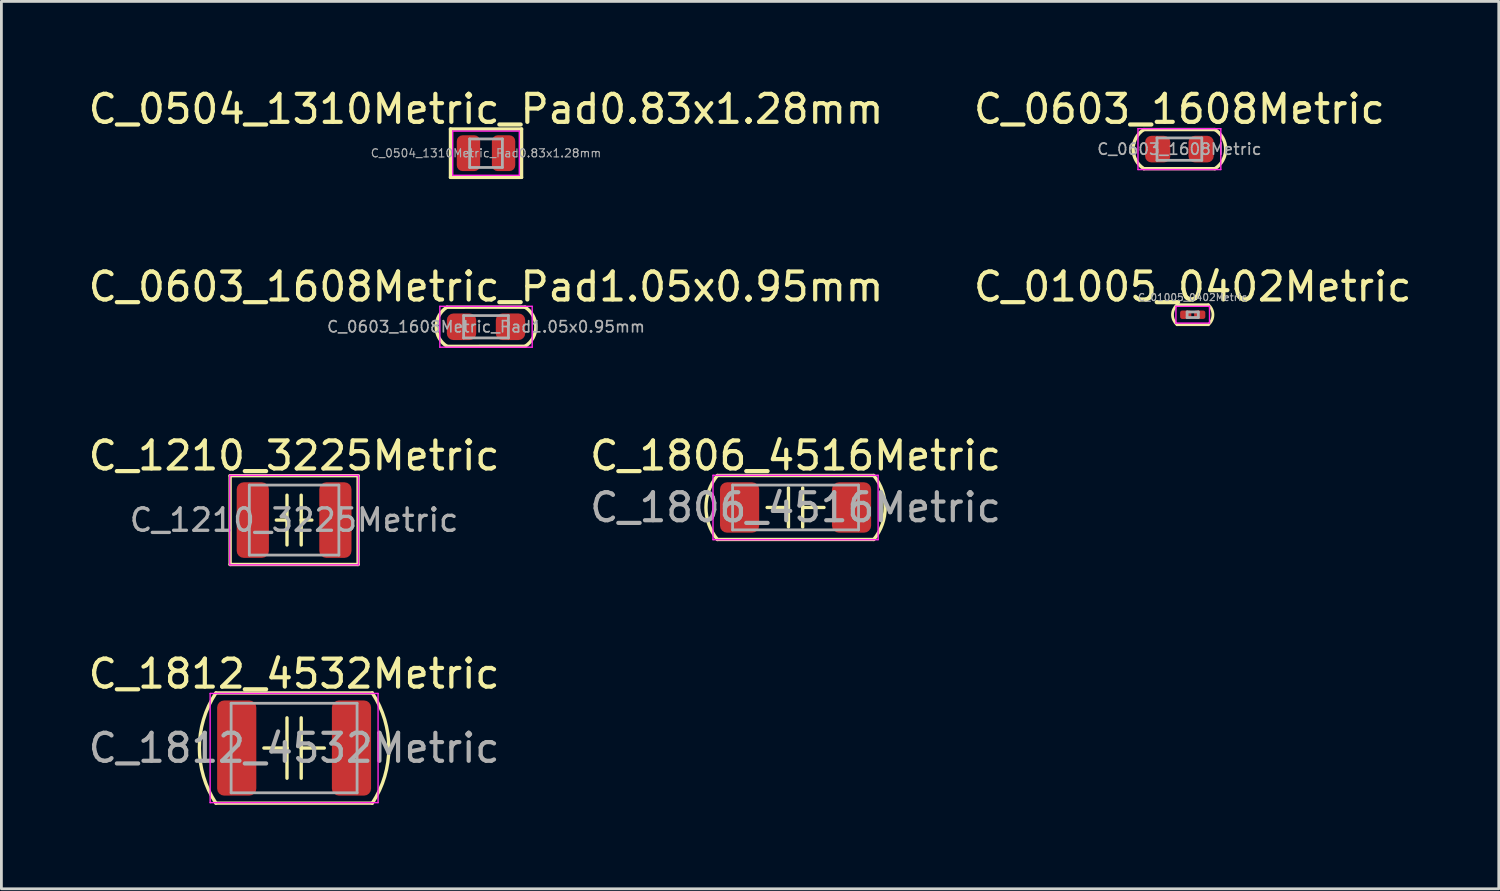
<source format=kicad_pcb>
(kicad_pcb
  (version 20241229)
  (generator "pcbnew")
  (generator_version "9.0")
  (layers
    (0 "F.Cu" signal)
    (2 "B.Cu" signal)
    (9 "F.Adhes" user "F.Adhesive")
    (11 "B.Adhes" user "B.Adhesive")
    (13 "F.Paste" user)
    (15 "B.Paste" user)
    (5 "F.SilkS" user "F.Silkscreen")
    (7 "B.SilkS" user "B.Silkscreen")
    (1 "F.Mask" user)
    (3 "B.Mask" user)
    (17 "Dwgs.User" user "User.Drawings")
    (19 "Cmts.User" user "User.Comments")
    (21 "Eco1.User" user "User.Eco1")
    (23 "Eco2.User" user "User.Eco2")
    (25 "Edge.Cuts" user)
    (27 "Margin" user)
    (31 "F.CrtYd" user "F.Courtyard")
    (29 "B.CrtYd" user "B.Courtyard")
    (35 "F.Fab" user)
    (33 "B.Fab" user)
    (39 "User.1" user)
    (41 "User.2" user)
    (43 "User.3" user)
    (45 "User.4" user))
  (footprint "C_1812_4532Metric"
    (layer "F.Cu")
    (at 7.458 23.677)
    (property "Reference" "C_1812_4532Metric" (at 0 -2.65 0) (layer "F.SilkS") (effects (font (size 1 1) (thickness 0.15))))
    (attr smd)
    (fp_line (start -2.794 1.968) (end 2.794 1.968) (stroke (width 0.12) (type solid)) (layer "F.SilkS"))
    (fp_line (start -0.254 -1.079) (end -0.254 0) (stroke (width 0.12) (type solid)) (layer "F.SilkS"))
    (fp_line (start -0.254 0) (end -1.079 0) (stroke (width 0.12) (type solid)) (layer "F.SilkS"))
    (fp_line (start -0.254 0) (end -0.254 1.079) (stroke (width 0.12) (type solid)) (layer "F.SilkS"))
    (fp_line (start 0.254 -1.079) (end 0.254 0) (stroke (width 0.12) (type solid)) (layer "F.SilkS"))
    (fp_line (start 0.254 0) (end 0.254 1.079) (stroke (width 0.12) (type solid)) (layer "F.SilkS"))
    (fp_line (start 0.254 0) (end 1.079 0) (stroke (width 0.12) (type solid)) (layer "F.SilkS"))
    (fp_line (start 2.794 -1.968) (end -2.794 -1.968) (stroke (width 0.12) (type solid)) (layer "F.SilkS"))
    (fp_arc (start -2.794001 1.968499) (mid -3.384725 -0.000001) (end -2.794 -1.9685) (stroke (width 0.12) (type solid)) (layer "F.SilkS"))
    (fp_arc (start 2.794001 -1.968499) (mid 3.384725 0.000001) (end 2.794 1.9685) (stroke (width 0.12) (type solid)) (layer "F.SilkS"))
    (fp_line (start -3 -1.95) (end 3 -1.95) (stroke (width 0.05) (type solid)) (layer "F.CrtYd"))
    (fp_line (start -3 1.95) (end -3 -1.95) (stroke (width 0.05) (type solid)) (layer "F.CrtYd"))
    (fp_line (start 3 -1.95) (end 3 1.95) (stroke (width 0.05) (type solid)) (layer "F.CrtYd"))
    (fp_line (start 3 1.95) (end -3 1.95) (stroke (width 0.05) (type solid)) (layer "F.CrtYd"))
    (fp_line (start -2.25 -1.6) (end 2.25 -1.6) (stroke (width 0.1) (type solid)) (layer "F.Fab"))
    (fp_line (start -2.25 1.6) (end -2.25 -1.6) (stroke (width 0.1) (type solid)) (layer "F.Fab"))
    (fp_line (start 2.25 -1.6) (end 2.25 1.6) (stroke (width 0.1) (type solid)) (layer "F.Fab"))
    (fp_line (start 2.25 1.6) (end -2.25 1.6) (stroke (width 0.1) (type solid)) (layer "F.Fab"))
    (fp_text user "${REFERENCE}" (at 0 0 0) (layer "F.Fab") (effects (font (size 1 1) (thickness 0.15))))
    (pad "1" smd roundrect (at -2.05 0) (size 1.4 3.4) (layers "F.Cu" "F.Mask" "F.Paste") (roundrect_rratio 0.179))
    (pad "2" smd roundrect (at 2.05 0) (size 1.4 3.4) (layers "F.Cu" "F.Mask" "F.Paste") (roundrect_rratio 0.179)))
  (footprint "C_1210_3225Metric"
    (layer "F.Cu")
    (at 7.458 15.532)
    (property "Reference" "C_1210_3225Metric" (at 0 -2.3 0) (layer "F.SilkS") (effects (font (size 1 1) (thickness 0.15))))
    (attr smd)
    (fp_line (start -2.286 -1.587) (end -2.286 1.587) (stroke (width 0.12) (type solid)) (layer "F.SilkS"))
    (fp_line (start -2.286 1.587) (end 2.286 1.587) (stroke (width 0.12) (type solid)) (layer "F.SilkS"))
    (fp_line (start -0.254 -0.889) (end -0.254 0) (stroke (width 0.12) (type solid)) (layer "F.SilkS"))
    (fp_line (start -0.254 0) (end -0.635 0) (stroke (width 0.12) (type solid)) (layer "F.SilkS"))
    (fp_line (start -0.254 0) (end -0.254 0.889) (stroke (width 0.12) (type solid)) (layer "F.SilkS"))
    (fp_line (start 0.254 -0.889) (end 0.254 0.889) (stroke (width 0.12) (type solid)) (layer "F.SilkS"))
    (fp_line (start 0.254 0) (end 0.635 0) (stroke (width 0.12) (type solid)) (layer "F.SilkS"))
    (fp_line (start 2.286 -1.587) (end -2.286 -1.587) (stroke (width 0.12) (type solid)) (layer "F.SilkS"))
    (fp_line (start 2.286 1.587) (end 2.286 -1.587) (stroke (width 0.12) (type solid)) (layer "F.SilkS"))
    (fp_line (start -2.3 -1.6) (end 2.3 -1.6) (stroke (width 0.05) (type solid)) (layer "F.CrtYd"))
    (fp_line (start -2.3 1.6) (end -2.3 -1.6) (stroke (width 0.05) (type solid)) (layer "F.CrtYd"))
    (fp_line (start 2.3 -1.6) (end 2.3 1.6) (stroke (width 0.05) (type solid)) (layer "F.CrtYd"))
    (fp_line (start 2.3 1.6) (end -2.3 1.6) (stroke (width 0.05) (type solid)) (layer "F.CrtYd"))
    (fp_line (start -1.6 -1.25) (end 1.6 -1.25) (stroke (width 0.1) (type solid)) (layer "F.Fab"))
    (fp_line (start -1.6 1.25) (end -1.6 -1.25) (stroke (width 0.1) (type solid)) (layer "F.Fab"))
    (fp_line (start 1.6 -1.25) (end 1.6 1.25) (stroke (width 0.1) (type solid)) (layer "F.Fab"))
    (fp_line (start 1.6 1.25) (end -1.6 1.25) (stroke (width 0.1) (type solid)) (layer "F.Fab"))
    (fp_text user "${REFERENCE}" (at 0 0 0) (layer "F.Fab") (effects (font (size 0.8 0.8) (thickness 0.12))))
    (pad "1" smd roundrect (at -1.475 0) (size 1.15 2.7) (layers "F.Cu" "F.Mask" "F.Paste") (roundrect_rratio 0.217))
    (pad "2" smd roundrect (at 1.475 0) (size 1.15 2.7) (layers "F.Cu" "F.Mask" "F.Paste") (roundrect_rratio 0.217)))
  (footprint "C_0603_1608Metric"
    (layer "F.Cu")
    (at 39.089 2.278)
    (property "Reference" "C_0603_1608Metric" (at 0 -1.43 0) (layer "F.SilkS") (effects (font (size 1 1) (thickness 0.15))))
    (attr smd)
    (fp_line (start -1.27 0.699) (end 1.27 0.698) (stroke (width 0.12) (type solid)) (layer "F.SilkS"))
    (fp_line (start 1.27 -0.699) (end -1.27 -0.698) (stroke (width 0.12) (type solid)) (layer "F.SilkS"))
    (fp_arc (start -1.269999 0.698502) (mid -1.653438 0.000003) (end -1.27 -0.698497) (stroke (width 0.12) (type solid)) (layer "F.SilkS"))
    (fp_arc (start 1.269999 -0.6985) (mid 1.653438 -0.000001) (end 1.27 0.698499) (stroke (width 0.12) (type solid)) (layer "F.SilkS"))
    (fp_line (start -1.48 -0.73) (end 1.48 -0.73) (stroke (width 0.05) (type solid)) (layer "F.CrtYd"))
    (fp_line (start -1.48 0.73) (end -1.48 -0.73) (stroke (width 0.05) (type solid)) (layer "F.CrtYd"))
    (fp_line (start 1.48 -0.73) (end 1.48 0.73) (stroke (width 0.05) (type solid)) (layer "F.CrtYd"))
    (fp_line (start 1.48 0.73) (end -1.48 0.73) (stroke (width 0.05) (type solid)) (layer "F.CrtYd"))
    (fp_line (start -0.8 -0.4) (end 0.8 -0.4) (stroke (width 0.1) (type solid)) (layer "F.Fab"))
    (fp_line (start -0.8 0.4) (end -0.8 -0.4) (stroke (width 0.1) (type solid)) (layer "F.Fab"))
    (fp_line (start 0.8 -0.4) (end 0.8 0.4) (stroke (width 0.1) (type solid)) (layer "F.Fab"))
    (fp_line (start 0.8 0.4) (end -0.8 0.4) (stroke (width 0.1) (type solid)) (layer "F.Fab"))
    (fp_text user "${REFERENCE}" (at 0 0 0) (layer "F.Fab") (effects (font (size 0.4 0.4) (thickness 0.06))))
    (pad "1" smd roundrect (at -0.775 0) (size 0.9 0.95) (layers "F.Cu" "F.Mask" "F.Paste") (roundrect_rratio 0.25))
    (pad "2" smd roundrect (at 0.775 0) (size 0.9 0.95) (layers "F.Cu" "F.Mask" "F.Paste") (roundrect_rratio 0.25)))
  (footprint "C_0603_1608Metric_Pad1.05x0.95mm"
    (layer "F.Cu")
    (at 14.315 8.625)
    (property "Reference" "C_0603_1608Metric_Pad1.05x0.95mm" (at 0 -1.43 0) (layer "F.SilkS") (effects (font (size 1 1) (thickness 0.15))))
    (attr smd)
    (fp_line (start -1.397 0.699) (end 1.397 0.698) (stroke (width 0.12) (type solid)) (layer "F.SilkS"))
    (fp_line (start 1.397 -0.699) (end -1.397 -0.698) (stroke (width 0.12) (type solid)) (layer "F.SilkS"))
    (fp_arc (start -1.396999 0.6985) (mid -1.780438 0.000001) (end -1.397 -0.698499) (stroke (width 0.12) (type solid)) (layer "F.SilkS"))
    (fp_arc (start 1.397 -0.6985) (mid 1.780439 -0.000001) (end 1.397001 0.698499) (stroke (width 0.12) (type solid)) (layer "F.SilkS"))
    (fp_line (start -1.65 -0.73) (end 1.65 -0.73) (stroke (width 0.05) (type solid)) (layer "F.CrtYd"))
    (fp_line (start -1.65 0.73) (end -1.65 -0.73) (stroke (width 0.05) (type solid)) (layer "F.CrtYd"))
    (fp_line (start 1.65 -0.73) (end 1.65 0.73) (stroke (width 0.05) (type solid)) (layer "F.CrtYd"))
    (fp_line (start 1.65 0.73) (end -1.65 0.73) (stroke (width 0.05) (type solid)) (layer "F.CrtYd"))
    (fp_line (start -0.8 -0.4) (end 0.8 -0.4) (stroke (width 0.1) (type solid)) (layer "F.Fab"))
    (fp_line (start -0.8 0.4) (end -0.8 -0.4) (stroke (width 0.1) (type solid)) (layer "F.Fab"))
    (fp_line (start 0.8 -0.4) (end 0.8 0.4) (stroke (width 0.1) (type solid)) (layer "F.Fab"))
    (fp_line (start 0.8 0.4) (end -0.8 0.4) (stroke (width 0.1) (type solid)) (layer "F.Fab"))
    (fp_text user "${REFERENCE}" (at 0 0 0) (layer "F.Fab") (effects (font (size 0.4 0.4) (thickness 0.06))))
    (pad "1" smd roundrect (at -0.875 0) (size 1.05 0.95) (layers "F.Cu" "F.Mask" "F.Paste") (roundrect_rratio 0.25))
    (pad "2" smd roundrect (at 0.875 0) (size 1.05 0.95) (layers "F.Cu" "F.Mask" "F.Paste") (roundrect_rratio 0.25)))
  (footprint "C_1806_4516Metric"
    (layer "F.Cu")
    (at 25.375 15.082)
    (property "Reference" "C_1806_4516Metric" (at 0 -1.85 0) (layer "F.SilkS") (effects (font (size 1 1) (thickness 0.15))))
    (attr smd)
    (fp_line (start -2.794 1.143) (end 2.794 1.143) (stroke (width 0.12) (type solid)) (layer "F.SilkS"))
    (fp_line (start -1.016 0) (end -0.254 0) (stroke (width 0.12) (type solid)) (layer "F.SilkS"))
    (fp_line (start -0.254 -0.699) (end -0.254 0.699) (stroke (width 0.12) (type solid)) (layer "F.SilkS"))
    (fp_line (start 0.254 -0.699) (end 0.254 0.699) (stroke (width 0.12) (type solid)) (layer "F.SilkS"))
    (fp_line (start 0.254 0) (end 1.016 0) (stroke (width 0.12) (type solid)) (layer "F.SilkS"))
    (fp_line (start 2.794 -1.143) (end -2.794 -1.143) (stroke (width 0.12) (type solid)) (layer "F.SilkS"))
    (fp_arc (start -2.794 1.143) (mid -3.202009 0) (end -2.794 -1.143) (stroke (width 0.12) (type solid)) (layer "F.SilkS"))
    (fp_arc (start 2.794 -1.143) (mid 3.202009 0) (end 2.794 1.143) (stroke (width 0.12) (type solid)) (layer "F.SilkS"))
    (fp_line (start -2.95 -1.15) (end 2.95 -1.15) (stroke (width 0.05) (type solid)) (layer "F.CrtYd"))
    (fp_line (start -2.95 1.15) (end -2.95 -1.15) (stroke (width 0.05) (type solid)) (layer "F.CrtYd"))
    (fp_line (start 2.95 -1.15) (end 2.95 1.15) (stroke (width 0.05) (type solid)) (layer "F.CrtYd"))
    (fp_line (start 2.95 1.15) (end -2.95 1.15) (stroke (width 0.05) (type solid)) (layer "F.CrtYd"))
    (fp_line (start -2.25 -0.8) (end 2.25 -0.8) (stroke (width 0.1) (type solid)) (layer "F.Fab"))
    (fp_line (start -2.25 0.8) (end -2.25 -0.8) (stroke (width 0.1) (type solid)) (layer "F.Fab"))
    (fp_line (start 2.25 -0.8) (end 2.25 0.8) (stroke (width 0.1) (type solid)) (layer "F.Fab"))
    (fp_line (start 2.25 0.8) (end -2.25 0.8) (stroke (width 0.1) (type solid)) (layer "F.Fab"))
    (fp_text user "${REFERENCE}" (at 0 0 0) (layer "F.Fab") (effects (font (size 1 1) (thickness 0.15))))
    (pad "1" smd roundrect (at -2 0) (size 1.4 1.8) (layers "F.Cu" "F.Mask" "F.Paste") (roundrect_rratio 0.179))
    (pad "2" smd roundrect (at 2 0) (size 1.4 1.8) (layers "F.Cu" "F.Mask" "F.Paste") (roundrect_rratio 0.179)))
  (footprint "C_0504_1310Metric_Pad0.83x1.28mm"
    (layer "F.Cu")
    (at 14.315 2.423)
    (property "Reference" "C_0504_1310Metric_Pad0.83x1.28mm" (at 0 -1.575 0) (layer "F.SilkS") (effects (font (size 1 1) (thickness 0.15))))
    (attr smd)
    (fp_line (start -1.27 -0.864) (end -1.27 0.864) (stroke (width 0.12) (type solid)) (layer "F.SilkS"))
    (fp_line (start -1.27 0.864) (end 1.27 0.864) (stroke (width 0.12) (type solid)) (layer "F.SilkS"))
    (fp_line (start 1.27 -0.864) (end -1.27 -0.864) (stroke (width 0.12) (type solid)) (layer "F.SilkS"))
    (fp_line (start 1.27 0.864) (end 1.27 -0.864) (stroke (width 0.12) (type solid)) (layer "F.SilkS"))
    (fp_line (start -1.19 -0.79) (end 1.19 -0.79) (stroke (width 0.05) (type solid)) (layer "F.CrtYd"))
    (fp_line (start -1.19 0.79) (end -1.19 -0.79) (stroke (width 0.05) (type solid)) (layer "F.CrtYd"))
    (fp_line (start 1.19 -0.79) (end 1.19 0.79) (stroke (width 0.05) (type solid)) (layer "F.CrtYd"))
    (fp_line (start 1.19 0.79) (end -1.19 0.79) (stroke (width 0.05) (type solid)) (layer "F.CrtYd"))
    (fp_line (start -0.585 -0.51) (end 0.585 -0.51) (stroke (width 0.1) (type solid)) (layer "F.Fab"))
    (fp_line (start -0.585 0.51) (end -0.585 -0.51) (stroke (width 0.1) (type solid)) (layer "F.Fab"))
    (fp_line (start 0.585 -0.51) (end 0.585 0.51) (stroke (width 0.1) (type solid)) (layer "F.Fab"))
    (fp_line (start 0.585 0.51) (end -0.585 0.51) (stroke (width 0.1) (type solid)) (layer "F.Fab"))
    (fp_text user "${REFERENCE}" (at 0 0 0) (layer "F.Fab") (effects (font (size 0.29 0.29) (thickness 0.04))))
    (pad "1" smd roundrect (at -0.627 0) (size 0.835 1.28) (layers "F.Cu" "F.Mask" "F.Paste") (roundrect_rratio 0.25))
    (pad "2" smd roundrect (at 0.627 0) (size 0.835 1.28) (layers "F.Cu" "F.Mask" "F.Paste") (roundrect_rratio 0.25)))
  (footprint "C_01005_0402Metric"
    (layer "F.Cu")
    (at 39.565 8.195)
    (property "Reference" "C_01005_0402Metric" (at 0 -1 0) (layer "F.SilkS") (effects (font (size 1 1) (thickness 0.15))))
    (attr smd)
    (fp_line (start -0.559 0.356) (end 0.559 0.356) (stroke (width 0.1) (type solid)) (layer "F.SilkS"))
    (fp_line (start 0.559 -0.356) (end -0.559 -0.356) (stroke (width 0.1) (type solid)) (layer "F.SilkS"))
    (fp_arc (start -0.5588 0.3556) (mid -0.722357 0.000001) (end -0.5588 -0.355598) (stroke (width 0.1) (type solid)) (layer "F.SilkS"))
    (fp_arc (start 0.5588 -0.355598) (mid 0.722357 0.000001) (end 0.5588 0.3556) (stroke (width 0.1) (type solid)) (layer "F.SilkS"))
    (fp_line (start -0.6 -0.3) (end 0.6 -0.3) (stroke (width 0.05) (type solid)) (layer "F.CrtYd"))
    (fp_line (start -0.6 0.3) (end -0.6 -0.3) (stroke (width 0.05) (type solid)) (layer "F.CrtYd"))
    (fp_line (start 0.6 -0.3) (end 0.6 0.3) (stroke (width 0.05) (type solid)) (layer "F.CrtYd"))
    (fp_line (start 0.6 0.3) (end -0.6 0.3) (stroke (width 0.05) (type solid)) (layer "F.CrtYd"))
    (fp_line (start -0.2 -0.1) (end 0.2 -0.1) (stroke (width 0.1) (type solid)) (layer "F.Fab"))
    (fp_line (start -0.2 0.1) (end -0.2 -0.1) (stroke (width 0.1) (type solid)) (layer "F.Fab"))
    (fp_line (start 0.2 -0.1) (end 0.2 0.1) (stroke (width 0.1) (type solid)) (layer "F.Fab"))
    (fp_line (start 0.2 0.1) (end -0.2 0.1) (stroke (width 0.1) (type solid)) (layer "F.Fab"))
    (fp_text user "${REFERENCE}" (at 0 -0.62 0) (layer "F.Fab") (effects (font (size 0.25 0.25) (thickness 0.04))))
    (pad "" smd roundrect (at -0.275 0) (size 0.27 0.27) (layers "F.Paste") (roundrect_rratio 0.25))
    (pad "" smd roundrect (at 0.275 0) (size 0.27 0.27) (layers "F.Paste") (roundrect_rratio 0.25))
    (pad "1" smd roundrect (at -0.25 0) (size 0.4 0.3) (layers "F.Cu" "F.Mask") (roundrect_rratio 0.25))
    (pad "2" smd roundrect (at 0.25 0) (size 0.4 0.3) (layers "F.Cu" "F.Mask") (roundrect_rratio 0.25)))
  (gr_rect
    (start -3 -3)
    (end 50.5 28.706)
    (stroke (width 0.1) (type default))
    (fill no)
    (layer "Edge.Cuts")))
</source>
